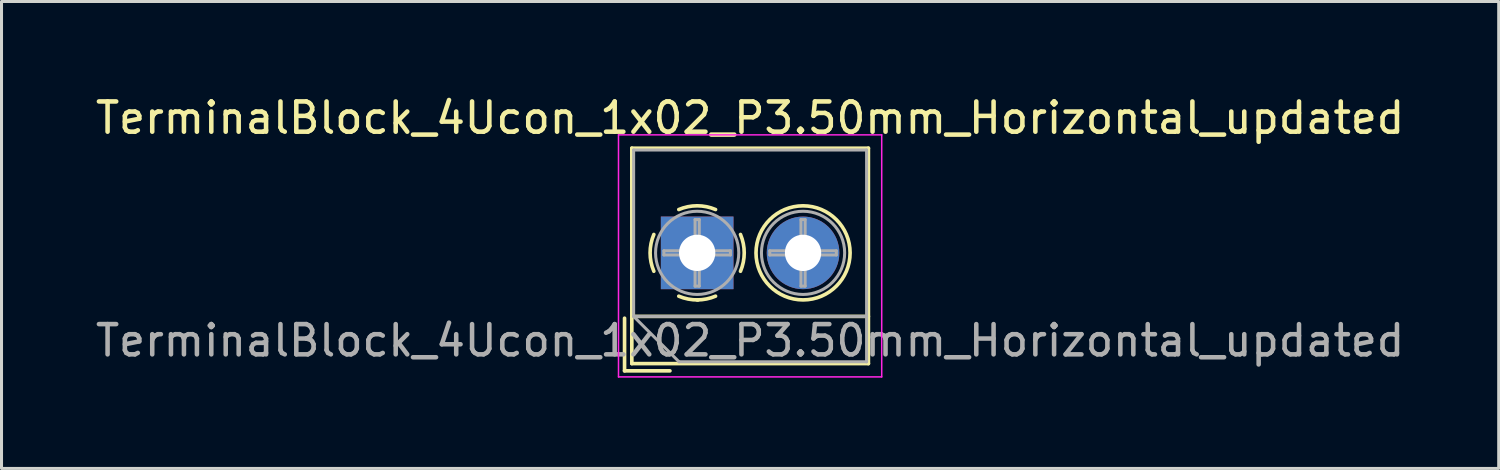
<source format=kicad_pcb>
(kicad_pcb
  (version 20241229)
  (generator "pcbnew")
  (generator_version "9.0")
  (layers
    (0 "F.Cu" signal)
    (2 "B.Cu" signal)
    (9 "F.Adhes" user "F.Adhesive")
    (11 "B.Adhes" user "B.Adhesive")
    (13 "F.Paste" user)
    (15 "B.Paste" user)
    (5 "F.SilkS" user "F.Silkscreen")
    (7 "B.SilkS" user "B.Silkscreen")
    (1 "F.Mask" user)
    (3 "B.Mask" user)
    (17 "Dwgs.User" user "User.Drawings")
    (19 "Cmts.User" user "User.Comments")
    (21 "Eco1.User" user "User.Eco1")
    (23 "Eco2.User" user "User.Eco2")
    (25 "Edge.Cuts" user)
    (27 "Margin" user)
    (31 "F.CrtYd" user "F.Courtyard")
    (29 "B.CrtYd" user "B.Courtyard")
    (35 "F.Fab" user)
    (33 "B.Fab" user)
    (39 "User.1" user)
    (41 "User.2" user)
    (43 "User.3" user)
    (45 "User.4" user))
  (footprint "TerminalBlock_4Ucon_1x02_P3.50mm_Horizontal_updated"
    (layer "F.Cu")
    (at 19.994 5.308)
    (property "Reference" "TerminalBlock_4Ucon_1x02_P3.50mm_Horizontal_updated" (at 1.75 -4.46 0) (layer "F.SilkS") (effects (font (size 1 1) (thickness 0.15))))
    (attr through_hole)
    (fp_line (start -2.4 2.16) (end -2.4 3.9) (stroke (width 0.12) (type solid)) (layer "F.SilkS"))
    (fp_line (start -2.4 3.9) (end -0.9 3.9) (stroke (width 0.12) (type solid)) (layer "F.SilkS"))
    (fp_line (start -2.16 -3.46) (end -2.16 3.66) (stroke (width 0.12) (type solid)) (layer "F.SilkS"))
    (fp_line (start -2.16 -3.46) (end 5.66 -3.46) (stroke (width 0.12) (type solid)) (layer "F.SilkS"))
    (fp_line (start -2.16 2.1) (end 5.66 2.1) (stroke (width 0.12) (type solid)) (layer "F.SilkS"))
    (fp_line (start -2.16 3.66) (end 5.66 3.66) (stroke (width 0.12) (type solid)) (layer "F.SilkS"))
    (fp_line (start 5.66 -3.46) (end 5.66 3.66) (stroke (width 0.12) (type solid)) (layer "F.SilkS"))
    (fp_arc (start -1.432109 0.607742) (mid -1.555727 -0.00014) (end -1.432 -0.608) (stroke (width 0.12) (type solid)) (layer "F.SilkS"))
    (fp_arc (start -0.607742 -1.432109) (mid 0.00014 -1.555727) (end 0.608 -1.432) (stroke (width 0.12) (type solid)) (layer "F.SilkS"))
    (fp_arc (start 0.027011 1.555493) (mid -0.296984 1.527118) (end -0.608 1.432) (stroke (width 0.12) (type solid)) (layer "F.SilkS"))
    (fp_arc (start 0.607587 1.431385) (mid 0.310017 1.523783) (end 0 1.555) (stroke (width 0.12) (type solid)) (layer "F.SilkS"))
    (fp_arc (start 1.432109 -0.607742) (mid 1.555727 0.00014) (end 1.432 0.608) (stroke (width 0.12) (type solid)) (layer "F.SilkS"))
    (fp_circle (center 3.5 0) (end 5.055 0) (stroke (width 0.12) (type solid)) (fill no) (layer "F.SilkS"))
    (fp_line (start -2.6 -3.9) (end -2.6 4.1) (stroke (width 0.05) (type solid)) (layer "F.CrtYd"))
    (fp_line (start -2.6 4.1) (end 6.1 4.1) (stroke (width 0.05) (type solid)) (layer "F.CrtYd"))
    (fp_line (start 6.1 -3.9) (end -2.6 -3.9) (stroke (width 0.05) (type solid)) (layer "F.CrtYd"))
    (fp_line (start 6.1 4.1) (end 6.1 -3.9) (stroke (width 0.05) (type solid)) (layer "F.CrtYd"))
    (fp_line (start -2.1 -3.4) (end 5.6 -3.4) (stroke (width 0.1) (type solid)) (layer "F.Fab"))
    (fp_line (start -2.1 2.1) (end -2.1 -3.4) (stroke (width 0.1) (type solid)) (layer "F.Fab"))
    (fp_line (start -2.1 2.1) (end 5.6 2.1) (stroke (width 0.1) (type solid)) (layer "F.Fab"))
    (fp_line (start -1.1 -0.069) (end -0.069 -0.069) (stroke (width 0.1) (type solid)) (layer "F.Fab"))
    (fp_line (start -1.1 0.069) (end -1.1 -0.069) (stroke (width 0.1) (type solid)) (layer "F.Fab"))
    (fp_line (start -0.6 3.6) (end -2.1 2.1) (stroke (width 0.1) (type solid)) (layer "F.Fab"))
    (fp_line (start -0.069 -1.1) (end 0.069 -1.1) (stroke (width 0.1) (type solid)) (layer "F.Fab"))
    (fp_line (start -0.069 -0.069) (end -0.069 -1.1) (stroke (width 0.1) (type solid)) (layer "F.Fab"))
    (fp_line (start -0.069 0.069) (end -1.1 0.069) (stroke (width 0.1) (type solid)) (layer "F.Fab"))
    (fp_line (start -0.069 1.1) (end -0.069 0.069) (stroke (width 0.1) (type solid)) (layer "F.Fab"))
    (fp_line (start 0.069 -1.1) (end 0.069 -0.069) (stroke (width 0.1) (type solid)) (layer "F.Fab"))
    (fp_line (start 0.069 -0.069) (end 1.1 -0.069) (stroke (width 0.1) (type solid)) (layer "F.Fab"))
    (fp_line (start 0.069 0.069) (end 0.069 1.1) (stroke (width 0.1) (type solid)) (layer "F.Fab"))
    (fp_line (start 0.069 1.1) (end -0.069 1.1) (stroke (width 0.1) (type solid)) (layer "F.Fab"))
    (fp_line (start 1.1 -0.069) (end 1.1 0.069) (stroke (width 0.1) (type solid)) (layer "F.Fab"))
    (fp_line (start 1.1 0.069) (end 0.069 0.069) (stroke (width 0.1) (type solid)) (layer "F.Fab"))
    (fp_line (start 2.4 -0.069) (end 3.431 -0.069) (stroke (width 0.1) (type solid)) (layer "F.Fab"))
    (fp_line (start 2.4 0.069) (end 2.4 -0.069) (stroke (width 0.1) (type solid)) (layer "F.Fab"))
    (fp_line (start 3.431 -1.1) (end 3.569 -1.1) (stroke (width 0.1) (type solid)) (layer "F.Fab"))
    (fp_line (start 3.431 -0.069) (end 3.431 -1.1) (stroke (width 0.1) (type solid)) (layer "F.Fab"))
    (fp_line (start 3.431 0.069) (end 2.4 0.069) (stroke (width 0.1) (type solid)) (layer "F.Fab"))
    (fp_line (start 3.431 1.1) (end 3.431 0.069) (stroke (width 0.1) (type solid)) (layer "F.Fab"))
    (fp_line (start 3.569 -1.1) (end 3.569 -0.069) (stroke (width 0.1) (type solid)) (layer "F.Fab"))
    (fp_line (start 3.569 -0.069) (end 4.6 -0.069) (stroke (width 0.1) (type solid)) (layer "F.Fab"))
    (fp_line (start 3.569 0.069) (end 3.569 1.1) (stroke (width 0.1) (type solid)) (layer "F.Fab"))
    (fp_line (start 3.569 1.1) (end 3.431 1.1) (stroke (width 0.1) (type solid)) (layer "F.Fab"))
    (fp_line (start 4.6 -0.069) (end 4.6 0.069) (stroke (width 0.1) (type solid)) (layer "F.Fab"))
    (fp_line (start 4.6 0.069) (end 3.569 0.069) (stroke (width 0.1) (type solid)) (layer "F.Fab"))
    (fp_line (start 5.6 -3.4) (end 5.6 3.6) (stroke (width 0.1) (type solid)) (layer "F.Fab"))
    (fp_line (start 5.6 3.6) (end -0.6 3.6) (stroke (width 0.1) (type solid)) (layer "F.Fab"))
    (fp_circle (center 0 0) (end 1.375 0) (stroke (width 0.1) (type solid)) (fill no) (layer "F.Fab"))
    (fp_circle (center 3.5 0) (end 4.875 0) (stroke (width 0.1) (type solid)) (fill no) (layer "F.Fab"))
    (fp_text user "${REFERENCE}" (at 1.75 2.9 0) (layer "F.Fab") (effects (font (size 1 1) (thickness 0.15))))
    (pad "1" thru_hole rect (at 0 0) (size 2.4 2.4) (drill 1.2) (layers "*.Cu" "*.Mask"))
    (pad "2" thru_hole circle (at 3.5 0) (size 2.4 2.4) (drill 1.2) (layers "*.Cu" "*.Mask")))
  (gr_rect
    (start -3 -3)
    (end 46.488 12.433)
    (stroke (width 0.1) (type default))
    (fill no)
    (layer "Edge.Cuts")))
</source>
